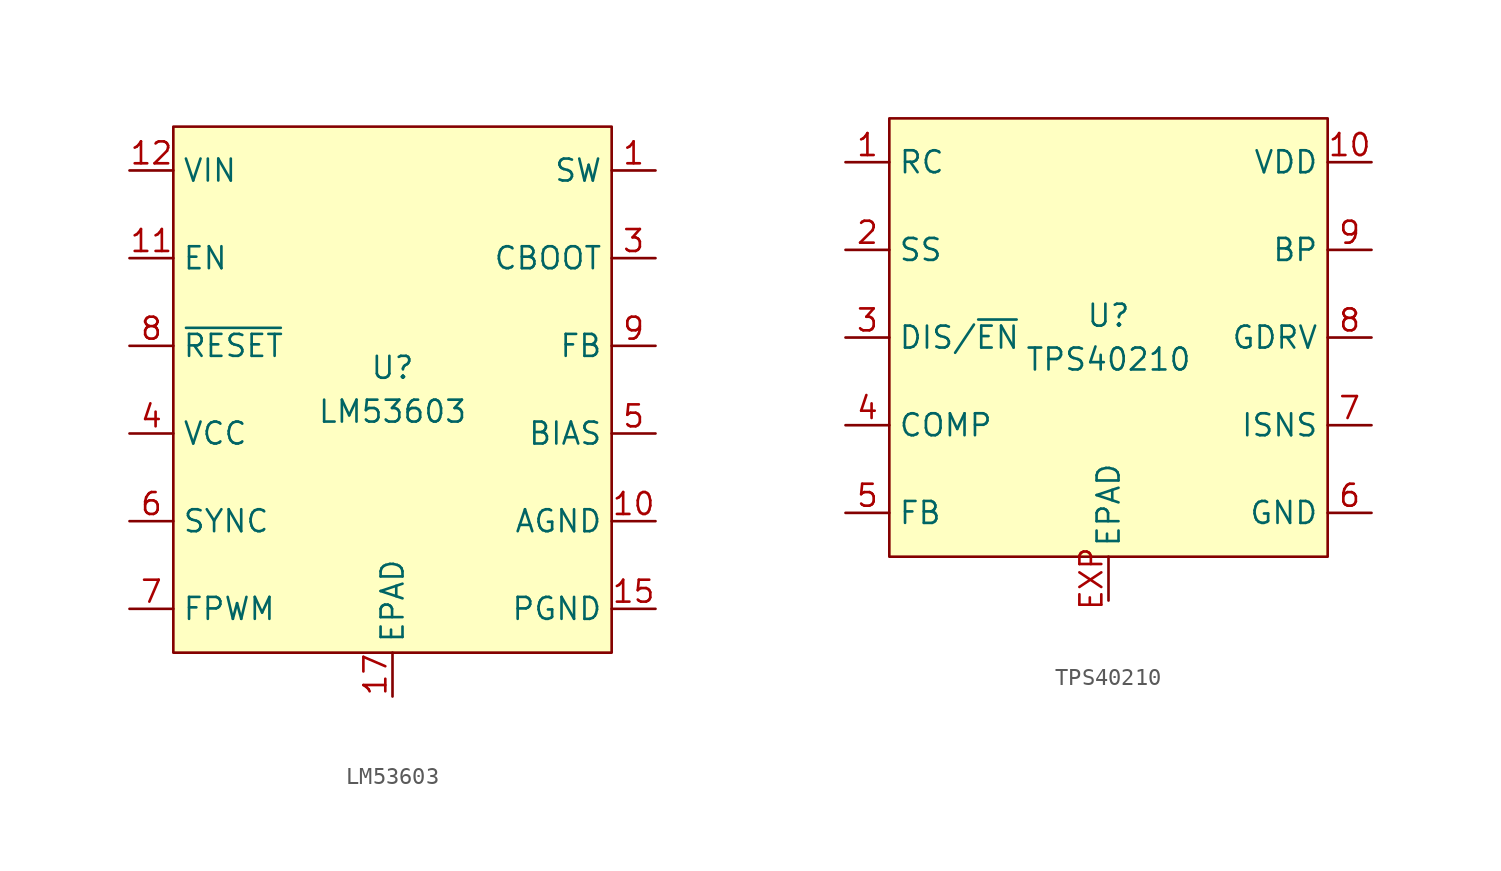
<source format=kicad_sym>
(kicad_symbol_lib
  (version 20211014)
  (generator kicad_symbol_editor)
  (symbol "LM53603"
    (property "Reference" "U"
      (at 0 1.27 0)
      (effects (font (size 1.27 1.27))))
    (property "Value" "LM53603"
      (at 0 -1.27 0)
      (effects (font (size 1.27 1.27))))
    (symbol "LM53603_0_0"
      (pin unspecified line (at 15.24 12.7 180) (length 2.54) (name "SW" (effects (font (size 1.27 1.27)))) (number "1" (effects (font (size 1.27 1.27)))))
      (pin power_in line (at 15.24 -7.62 180) (length 2.54) (name "AGND" (effects (font (size 1.27 1.27)))) (number "10" (effects (font (size 1.27 1.27)))))
      (pin input line (at -15.24 7.62 0) (length 2.54) (name "EN" (effects (font (size 1.27 1.27)))) (number "11" (effects (font (size 1.27 1.27)))))
      (pin power_in line (at -15.24 12.7 0) (length 2.54) (name "VIN" (effects (font (size 1.27 1.27)))) (number "12" (effects (font (size 1.27 1.27)))))
      (pin power_in line (at -15.24 12.7 0) (length 2.54) hide (name "VIN" (effects (font (size 1.27 1.27)))) (number "13" (effects (font (size 1.27 1.27)))))
      (pin no_connect line (at -15.24 10.16 0) (length 2.54) hide (name "N/C" (effects (font (size 1.27 1.27)))) (number "14" (effects (font (size 1.27 1.27)))))
      (pin power_in line (at 15.24 -12.7 180) (length 2.54) (name "PGND" (effects (font (size 1.27 1.27)))) (number "15" (effects (font (size 1.27 1.27)))))
      (pin power_in line (at 15.24 -12.7 180) (length 2.54) hide (name "PGND" (effects (font (size 1.27 1.27)))) (number "16" (effects (font (size 1.27 1.27)))))
      (pin passive line (at 0 -17.78 90) (length 2.54) (name "EPAD" (effects (font (size 1.27 1.27)))) (number "17" (effects (font (size 1.27 1.27)))))
      (pin unspecified line (at 15.24 12.7 180) (length 2.54) hide (name "SW" (effects (font (size 1.27 1.27)))) (number "2" (effects (font (size 1.27 1.27)))))
      (pin unspecified line (at 15.24 7.62 180) (length 2.54) (name "CBOOT" (effects (font (size 1.27 1.27)))) (number "3" (effects (font (size 1.27 1.27)))))
      (pin power_in line (at -15.24 -2.54 0) (length 2.54) (name "VCC" (effects (font (size 1.27 1.27)))) (number "4" (effects (font (size 1.27 1.27)))))
      (pin unspecified line (at 15.24 -2.54 180) (length 2.54) (name "BIAS" (effects (font (size 1.27 1.27)))) (number "5" (effects (font (size 1.27 1.27)))))
      (pin input line (at -15.24 -7.62 0) (length 2.54) (name "SYNC" (effects (font (size 1.27 1.27)))) (number "6" (effects (font (size 1.27 1.27)))))
      (pin input line (at -15.24 -12.7 0) (length 2.54) (name "FPWM" (effects (font (size 1.27 1.27)))) (number "7" (effects (font (size 1.27 1.27)))))
      (pin output line (at -15.24 2.54 0) (length 2.54) (name "~{RESET}" (effects (font (size 1.27 1.27)))) (number "8" (effects (font (size 1.27 1.27)))))
      (pin input line (at 15.24 2.54 180) (length 2.54) (name "FB" (effects (font (size 1.27 1.27)))) (number "9" (effects (font (size 1.27 1.27))))))
    (symbol "LM53603_0_1"
      (rectangle (start -12.7 15.24) (end 12.7 -15.24) (stroke (width 0) (type default) (color 0 0 0 0)) (fill (type background)))))
  (symbol "TPS40210"
    (property "Reference" "U"
      (at 0 1.27 0)
      (effects (font (size 1.27 1.27))))
    (property "Value" "TPS40210"
      (at 0 -1.27 0)
      (effects (font (size 1.27 1.27))))
    (symbol "TPS40210_0_0"
      (pin input line (at -15.24 10.16 0) (length 2.54) (name "RC" (effects (font (size 1.27 1.27)))) (number "1" (effects (font (size 1.27 1.27)))))
      (pin power_in line (at 15.24 10.16 180) (length 2.54) (name "VDD" (effects (font (size 1.27 1.27)))) (number "10" (effects (font (size 1.27 1.27)))))
      (pin input line (at -15.24 5.08 0) (length 2.54) (name "SS" (effects (font (size 1.27 1.27)))) (number "2" (effects (font (size 1.27 1.27)))))
      (pin input line (at -15.24 0 0) (length 2.54) (name "DIS/~{EN}" (effects (font (size 1.27 1.27)))) (number "3" (effects (font (size 1.27 1.27)))))
      (pin output line (at -15.24 -5.08 0) (length 2.54) (name "COMP" (effects (font (size 1.27 1.27)))) (number "4" (effects (font (size 1.27 1.27)))))
      (pin input line (at -15.24 -10.16 0) (length 2.54) (name "FB" (effects (font (size 1.27 1.27)))) (number "5" (effects (font (size 1.27 1.27)))))
      (pin power_in line (at 15.24 -10.16 180) (length 2.54) (name "GND" (effects (font (size 1.27 1.27)))) (number "6" (effects (font (size 1.27 1.27)))))
      (pin input line (at 15.24 -5.08 180) (length 2.54) (name "ISNS" (effects (font (size 1.27 1.27)))) (number "7" (effects (font (size 1.27 1.27)))))
      (pin output line (at 15.24 0 180) (length 2.54) (name "GDRV" (effects (font (size 1.27 1.27)))) (number "8" (effects (font (size 1.27 1.27)))))
      (pin output line (at 15.24 5.08 180) (length 2.54) (name "BP" (effects (font (size 1.27 1.27)))) (number "9" (effects (font (size 1.27 1.27)))))
      (pin passive line (at 0 -15.24 90) (length 2.54) (name "EPAD" (effects (font (size 1.27 1.27)))) (number "EXP" (effects (font (size 1.27 1.27))))))
    (symbol "TPS40210_0_1"
      (rectangle (start -12.7 12.7) (end 12.7 -12.7) (stroke (width 0) (type default) (color 0 0 0 0)) (fill (type background))))))
</source>
